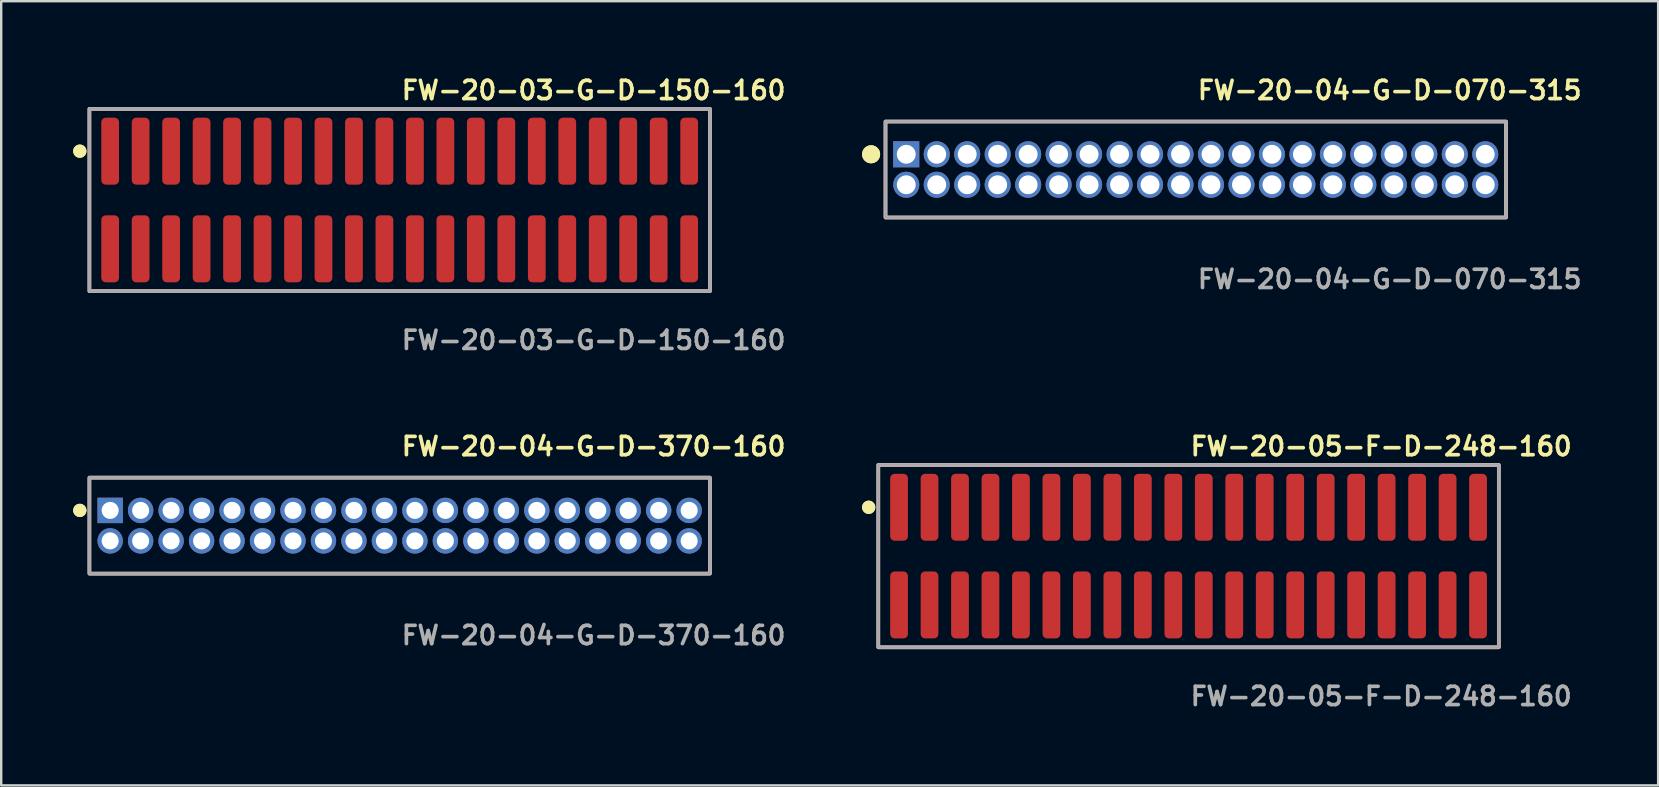
<source format=kicad_pcb>
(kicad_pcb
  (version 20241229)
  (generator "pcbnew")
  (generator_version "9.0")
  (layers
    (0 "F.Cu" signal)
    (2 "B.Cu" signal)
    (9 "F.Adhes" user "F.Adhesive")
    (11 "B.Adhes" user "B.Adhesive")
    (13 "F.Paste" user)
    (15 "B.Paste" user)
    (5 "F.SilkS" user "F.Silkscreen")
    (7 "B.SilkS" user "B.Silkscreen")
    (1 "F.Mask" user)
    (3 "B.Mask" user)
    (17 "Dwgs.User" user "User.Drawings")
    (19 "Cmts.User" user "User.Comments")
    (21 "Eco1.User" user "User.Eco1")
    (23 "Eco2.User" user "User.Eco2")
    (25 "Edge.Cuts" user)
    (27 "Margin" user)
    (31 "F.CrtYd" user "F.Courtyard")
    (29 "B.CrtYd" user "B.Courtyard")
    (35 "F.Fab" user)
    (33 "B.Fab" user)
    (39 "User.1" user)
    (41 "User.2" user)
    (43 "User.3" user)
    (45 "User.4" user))
  (footprint "FW-20-04-G-D-070-315"
    (layer "F.Cu")
    (at 46.783 4.015)
    (property "Reference" "FW-20-04-G-D-070-315" (at 0 -3.302 0) (unlocked yes) (layer "F.SilkS") (effects (font (size 0.762 0.762) (thickness 0.152)) (justify left)))
    (fp_rect (start -12.93 2) (end 12.93 -2) (stroke (width 0.152) (type solid)) (fill no) (layer "F.SilkS"))
    (fp_circle (center -13.53 -0.635) (end -13.83 -0.635) (stroke (width 0.152) (type solid)) (fill yes) (layer "F.SilkS"))
    (fp_circle (center -13.53 -0.635) (end -13.83 -0.635) (stroke (width 0.152) (type solid)) (fill yes) (layer "F.SilkS"))
    (fp_rect (start -12.93 2) (end 12.93 -2) (stroke (width 0.006) (type solid)) (fill no) (layer "F.CrtYd"))
    (fp_rect (start -12.93 2) (end 12.93 -2) (stroke (width 0.152) (type solid)) (fill no) (layer "F.Fab"))
    (fp_text user "${REFERENCE}" (at 0 4.572 0) (unlocked yes) (layer "F.Fab") (effects (font (size 0.762 0.762) (thickness 0.152)) (justify left)))
    (pad "1" thru_hole rect (at -12.065 -0.635) (size 1.087 1.087) (drill 0.787) (layers "*.Cu" "*.Mask"))
    (pad "2" thru_hole circle (at -12.065 0.635) (size 1.087 1.087) (drill 0.787) (layers "*.Cu" "*.Mask"))
    (pad "3" thru_hole circle (at -10.795 -0.635) (size 1.087 1.087) (drill 0.787) (layers "*.Cu" "*.Mask"))
    (pad "4" thru_hole circle (at -10.795 0.635) (size 1.087 1.087) (drill 0.787) (layers "*.Cu" "*.Mask"))
    (pad "5" thru_hole circle (at -9.525 -0.635) (size 1.087 1.087) (drill 0.787) (layers "*.Cu" "*.Mask"))
    (pad "6" thru_hole circle (at -9.525 0.635) (size 1.087 1.087) (drill 0.787) (layers "*.Cu" "*.Mask"))
    (pad "7" thru_hole circle (at -8.255 -0.635) (size 1.087 1.087) (drill 0.787) (layers "*.Cu" "*.Mask"))
    (pad "8" thru_hole circle (at -8.255 0.635) (size 1.087 1.087) (drill 0.787) (layers "*.Cu" "*.Mask"))
    (pad "9" thru_hole circle (at -6.985 -0.635) (size 1.087 1.087) (drill 0.787) (layers "*.Cu" "*.Mask"))
    (pad "10" thru_hole circle (at -6.985 0.635) (size 1.087 1.087) (drill 0.787) (layers "*.Cu" "*.Mask"))
    (pad "11" thru_hole circle (at -5.715 -0.635) (size 1.087 1.087) (drill 0.787) (layers "*.Cu" "*.Mask"))
    (pad "12" thru_hole circle (at -5.715 0.635) (size 1.087 1.087) (drill 0.787) (layers "*.Cu" "*.Mask"))
    (pad "13" thru_hole circle (at -4.445 -0.635) (size 1.087 1.087) (drill 0.787) (layers "*.Cu" "*.Mask"))
    (pad "14" thru_hole circle (at -4.445 0.635) (size 1.087 1.087) (drill 0.787) (layers "*.Cu" "*.Mask"))
    (pad "15" thru_hole circle (at -3.175 -0.635) (size 1.087 1.087) (drill 0.787) (layers "*.Cu" "*.Mask"))
    (pad "16" thru_hole circle (at -3.175 0.635) (size 1.087 1.087) (drill 0.787) (layers "*.Cu" "*.Mask"))
    (pad "17" thru_hole circle (at -1.905 -0.635) (size 1.087 1.087) (drill 0.787) (layers "*.Cu" "*.Mask"))
    (pad "18" thru_hole circle (at -1.905 0.635) (size 1.087 1.087) (drill 0.787) (layers "*.Cu" "*.Mask"))
    (pad "19" thru_hole circle (at -0.635 -0.635) (size 1.087 1.087) (drill 0.787) (layers "*.Cu" "*.Mask"))
    (pad "20" thru_hole circle (at -0.635 0.635) (size 1.087 1.087) (drill 0.787) (layers "*.Cu" "*.Mask"))
    (pad "21" thru_hole circle (at 0.635 -0.635) (size 1.087 1.087) (drill 0.787) (layers "*.Cu" "*.Mask"))
    (pad "22" thru_hole circle (at 0.635 0.635) (size 1.087 1.087) (drill 0.787) (layers "*.Cu" "*.Mask"))
    (pad "23" thru_hole circle (at 1.905 -0.635) (size 1.087 1.087) (drill 0.787) (layers "*.Cu" "*.Mask"))
    (pad "24" thru_hole circle (at 1.905 0.635) (size 1.087 1.087) (drill 0.787) (layers "*.Cu" "*.Mask"))
    (pad "25" thru_hole circle (at 3.175 -0.635) (size 1.087 1.087) (drill 0.787) (layers "*.Cu" "*.Mask"))
    (pad "26" thru_hole circle (at 3.175 0.635) (size 1.087 1.087) (drill 0.787) (layers "*.Cu" "*.Mask"))
    (pad "27" thru_hole circle (at 4.445 -0.635) (size 1.087 1.087) (drill 0.787) (layers "*.Cu" "*.Mask"))
    (pad "28" thru_hole circle (at 4.445 0.635) (size 1.087 1.087) (drill 0.787) (layers "*.Cu" "*.Mask"))
    (pad "29" thru_hole circle (at 5.715 -0.635) (size 1.087 1.087) (drill 0.787) (layers "*.Cu" "*.Mask"))
    (pad "30" thru_hole circle (at 5.715 0.635) (size 1.087 1.087) (drill 0.787) (layers "*.Cu" "*.Mask"))
    (pad "31" thru_hole circle (at 6.985 -0.635) (size 1.087 1.087) (drill 0.787) (layers "*.Cu" "*.Mask"))
    (pad "32" thru_hole circle (at 6.985 0.635) (size 1.087 1.087) (drill 0.787) (layers "*.Cu" "*.Mask"))
    (pad "33" thru_hole circle (at 8.255 -0.635) (size 1.087 1.087) (drill 0.787) (layers "*.Cu" "*.Mask"))
    (pad "34" thru_hole circle (at 8.255 0.635) (size 1.087 1.087) (drill 0.787) (layers "*.Cu" "*.Mask"))
    (pad "35" thru_hole circle (at 9.525 -0.635) (size 1.087 1.087) (drill 0.787) (layers "*.Cu" "*.Mask"))
    (pad "36" thru_hole circle (at 9.525 0.635) (size 1.087 1.087) (drill 0.787) (layers "*.Cu" "*.Mask"))
    (pad "37" thru_hole circle (at 10.795 -0.635) (size 1.087 1.087) (drill 0.787) (layers "*.Cu" "*.Mask"))
    (pad "38" thru_hole circle (at 10.795 0.635) (size 1.087 1.087) (drill 0.787) (layers "*.Cu" "*.Mask"))
    (pad "39" thru_hole circle (at 12.065 -0.635) (size 1.087 1.087) (drill 0.787) (layers "*.Cu" "*.Mask"))
    (pad "40" thru_hole circle (at 12.065 0.635) (size 1.087 1.087) (drill 0.787) (layers "*.Cu" "*.Mask")))
  (footprint "FW-20-04-G-D-370-160"
    (layer "F.Cu")
    (at 13.606 18.856)
    (property "Reference" "FW-20-04-G-D-370-160" (at 0 -3.302 0) (unlocked yes) (layer "F.SilkS") (effects (font (size 0.762 0.762) (thickness 0.152)) (justify left)))
    (fp_rect (start -12.93 2) (end 12.93 -2) (stroke (width 0.152) (type solid)) (fill no) (layer "F.SilkS"))
    (fp_circle (center -13.33 -0.635) (end -13.53 -0.635) (stroke (width 0.152) (type solid)) (fill yes) (layer "F.SilkS"))
    (fp_circle (center -13.33 -0.635) (end -13.53 -0.635) (stroke (width 0.152) (type solid)) (fill yes) (layer "F.SilkS"))
    (fp_rect (start -12.93 2) (end 12.93 -2) (stroke (width 0.006) (type solid)) (fill no) (layer "F.CrtYd"))
    (fp_rect (start -12.93 2) (end 12.93 -2) (stroke (width 0.152) (type solid)) (fill no) (layer "F.Fab"))
    (fp_text user "${REFERENCE}" (at 0 4.572 0) (unlocked yes) (layer "F.Fab") (effects (font (size 0.762 0.762) (thickness 0.152)) (justify left)))
    (pad "1" thru_hole rect (at -12.065 -0.635) (size 1.06 1.06) (drill 0.71) (layers "*.Cu" "*.Mask"))
    (pad "2" thru_hole circle (at -12.065 0.635) (size 1.06 1.06) (drill 0.71) (layers "*.Cu" "*.Mask"))
    (pad "3" thru_hole circle (at -10.795 -0.635) (size 1.06 1.06) (drill 0.71) (layers "*.Cu" "*.Mask"))
    (pad "4" thru_hole circle (at -10.795 0.635) (size 1.06 1.06) (drill 0.71) (layers "*.Cu" "*.Mask"))
    (pad "5" thru_hole circle (at -9.525 -0.635) (size 1.06 1.06) (drill 0.71) (layers "*.Cu" "*.Mask"))
    (pad "6" thru_hole circle (at -9.525 0.635) (size 1.06 1.06) (drill 0.71) (layers "*.Cu" "*.Mask"))
    (pad "7" thru_hole circle (at -8.255 -0.635) (size 1.06 1.06) (drill 0.71) (layers "*.Cu" "*.Mask"))
    (pad "8" thru_hole circle (at -8.255 0.635) (size 1.06 1.06) (drill 0.71) (layers "*.Cu" "*.Mask"))
    (pad "9" thru_hole circle (at -6.985 -0.635) (size 1.06 1.06) (drill 0.71) (layers "*.Cu" "*.Mask"))
    (pad "10" thru_hole circle (at -6.985 0.635) (size 1.06 1.06) (drill 0.71) (layers "*.Cu" "*.Mask"))
    (pad "11" thru_hole circle (at -5.715 -0.635) (size 1.06 1.06) (drill 0.71) (layers "*.Cu" "*.Mask"))
    (pad "12" thru_hole circle (at -5.715 0.635) (size 1.06 1.06) (drill 0.71) (layers "*.Cu" "*.Mask"))
    (pad "13" thru_hole circle (at -4.445 -0.635) (size 1.06 1.06) (drill 0.71) (layers "*.Cu" "*.Mask"))
    (pad "14" thru_hole circle (at -4.445 0.635) (size 1.06 1.06) (drill 0.71) (layers "*.Cu" "*.Mask"))
    (pad "15" thru_hole circle (at -3.175 -0.635) (size 1.06 1.06) (drill 0.71) (layers "*.Cu" "*.Mask"))
    (pad "16" thru_hole circle (at -3.175 0.635) (size 1.06 1.06) (drill 0.71) (layers "*.Cu" "*.Mask"))
    (pad "17" thru_hole circle (at -1.905 -0.635) (size 1.06 1.06) (drill 0.71) (layers "*.Cu" "*.Mask"))
    (pad "18" thru_hole circle (at -1.905 0.635) (size 1.06 1.06) (drill 0.71) (layers "*.Cu" "*.Mask"))
    (pad "19" thru_hole circle (at -0.635 -0.635) (size 1.06 1.06) (drill 0.71) (layers "*.Cu" "*.Mask"))
    (pad "20" thru_hole circle (at -0.635 0.635) (size 1.06 1.06) (drill 0.71) (layers "*.Cu" "*.Mask"))
    (pad "21" thru_hole circle (at 0.635 -0.635) (size 1.06 1.06) (drill 0.71) (layers "*.Cu" "*.Mask"))
    (pad "22" thru_hole circle (at 0.635 0.635) (size 1.06 1.06) (drill 0.71) (layers "*.Cu" "*.Mask"))
    (pad "23" thru_hole circle (at 1.905 -0.635) (size 1.06 1.06) (drill 0.71) (layers "*.Cu" "*.Mask"))
    (pad "24" thru_hole circle (at 1.905 0.635) (size 1.06 1.06) (drill 0.71) (layers "*.Cu" "*.Mask"))
    (pad "25" thru_hole circle (at 3.175 -0.635) (size 1.06 1.06) (drill 0.71) (layers "*.Cu" "*.Mask"))
    (pad "26" thru_hole circle (at 3.175 0.635) (size 1.06 1.06) (drill 0.71) (layers "*.Cu" "*.Mask"))
    (pad "27" thru_hole circle (at 4.445 -0.635) (size 1.06 1.06) (drill 0.71) (layers "*.Cu" "*.Mask"))
    (pad "28" thru_hole circle (at 4.445 0.635) (size 1.06 1.06) (drill 0.71) (layers "*.Cu" "*.Mask"))
    (pad "29" thru_hole circle (at 5.715 -0.635) (size 1.06 1.06) (drill 0.71) (layers "*.Cu" "*.Mask"))
    (pad "30" thru_hole circle (at 5.715 0.635) (size 1.06 1.06) (drill 0.71) (layers "*.Cu" "*.Mask"))
    (pad "31" thru_hole circle (at 6.985 -0.635) (size 1.06 1.06) (drill 0.71) (layers "*.Cu" "*.Mask"))
    (pad "32" thru_hole circle (at 6.985 0.635) (size 1.06 1.06) (drill 0.71) (layers "*.Cu" "*.Mask"))
    (pad "33" thru_hole circle (at 8.255 -0.635) (size 1.06 1.06) (drill 0.71) (layers "*.Cu" "*.Mask"))
    (pad "34" thru_hole circle (at 8.255 0.635) (size 1.06 1.06) (drill 0.71) (layers "*.Cu" "*.Mask"))
    (pad "35" thru_hole circle (at 9.525 -0.635) (size 1.06 1.06) (drill 0.71) (layers "*.Cu" "*.Mask"))
    (pad "36" thru_hole circle (at 9.525 0.635) (size 1.06 1.06) (drill 0.71) (layers "*.Cu" "*.Mask"))
    (pad "37" thru_hole circle (at 10.795 -0.635) (size 1.06 1.06) (drill 0.71) (layers "*.Cu" "*.Mask"))
    (pad "38" thru_hole circle (at 10.795 0.635) (size 1.06 1.06) (drill 0.71) (layers "*.Cu" "*.Mask"))
    (pad "39" thru_hole circle (at 12.065 -0.635) (size 1.06 1.06) (drill 0.71) (layers "*.Cu" "*.Mask"))
    (pad "40" thru_hole circle (at 12.065 0.635) (size 1.06 1.06) (drill 0.71) (layers "*.Cu" "*.Mask")))
  (footprint "FW-20-03-G-D-150-160"
    (layer "F.Cu")
    (at 13.606 5.285)
    (property "Reference" "FW-20-03-G-D-150-160" (at 0 -4.572 0) (unlocked yes) (layer "F.SilkS") (effects (font (size 0.762 0.762) (thickness 0.152)) (justify left)))
    (fp_rect (start -12.93 3.8) (end 12.93 -3.8) (stroke (width 0.152) (type solid)) (fill no) (layer "F.SilkS"))
    (fp_circle (center -13.33 -2.035) (end -13.53 -2.035) (stroke (width 0.152) (type solid)) (fill yes) (layer "F.SilkS"))
    (fp_circle (center -13.33 -2.035) (end -13.53 -2.035) (stroke (width 0.152) (type solid)) (fill yes) (layer "F.SilkS"))
    (fp_rect (start -12.93 3.8) (end 12.93 -3.8) (stroke (width 0.006) (type solid)) (fill no) (layer "F.CrtYd"))
    (fp_rect (start -12.93 3.8) (end 12.93 -3.8) (stroke (width 0.152) (type solid)) (fill no) (layer "F.Fab"))
    (fp_text user "${REFERENCE}" (at 0 5.842 0) (unlocked yes) (layer "F.Fab") (effects (font (size 0.762 0.762) (thickness 0.152)) (justify left)))
    (pad "1" smd roundrect (at -12.065 -2.035) (size 0.74 2.79) (layers "F.Cu" "F.Paste") (roundrect_rratio 0.25))
    (pad "2" smd roundrect (at -12.065 2.035) (size 0.74 2.79) (layers "F.Cu" "F.Paste") (roundrect_rratio 0.25))
    (pad "3" smd roundrect (at -10.795 -2.035) (size 0.74 2.79) (layers "F.Cu" "F.Paste") (roundrect_rratio 0.25))
    (pad "4" smd roundrect (at -10.795 2.035) (size 0.74 2.79) (layers "F.Cu" "F.Paste") (roundrect_rratio 0.25))
    (pad "5" smd roundrect (at -9.525 -2.035) (size 0.74 2.79) (layers "F.Cu" "F.Paste") (roundrect_rratio 0.25))
    (pad "6" smd roundrect (at -9.525 2.035) (size 0.74 2.79) (layers "F.Cu" "F.Paste") (roundrect_rratio 0.25))
    (pad "7" smd roundrect (at -8.255 -2.035) (size 0.74 2.79) (layers "F.Cu" "F.Paste") (roundrect_rratio 0.25))
    (pad "8" smd roundrect (at -8.255 2.035) (size 0.74 2.79) (layers "F.Cu" "F.Paste") (roundrect_rratio 0.25))
    (pad "9" smd roundrect (at -6.985 -2.035) (size 0.74 2.79) (layers "F.Cu" "F.Paste") (roundrect_rratio 0.25))
    (pad "10" smd roundrect (at -6.985 2.035) (size 0.74 2.79) (layers "F.Cu" "F.Paste") (roundrect_rratio 0.25))
    (pad "11" smd roundrect (at -5.715 -2.035) (size 0.74 2.79) (layers "F.Cu" "F.Paste") (roundrect_rratio 0.25))
    (pad "12" smd roundrect (at -5.715 2.035) (size 0.74 2.79) (layers "F.Cu" "F.Paste") (roundrect_rratio 0.25))
    (pad "13" smd roundrect (at -4.445 -2.035) (size 0.74 2.79) (layers "F.Cu" "F.Paste") (roundrect_rratio 0.25))
    (pad "14" smd roundrect (at -4.445 2.035) (size 0.74 2.79) (layers "F.Cu" "F.Paste") (roundrect_rratio 0.25))
    (pad "15" smd roundrect (at -3.175 -2.035) (size 0.74 2.79) (layers "F.Cu" "F.Paste") (roundrect_rratio 0.25))
    (pad "16" smd roundrect (at -3.175 2.035) (size 0.74 2.79) (layers "F.Cu" "F.Paste") (roundrect_rratio 0.25))
    (pad "17" smd roundrect (at -1.905 -2.035) (size 0.74 2.79) (layers "F.Cu" "F.Paste") (roundrect_rratio 0.25))
    (pad "18" smd roundrect (at -1.905 2.035) (size 0.74 2.79) (layers "F.Cu" "F.Paste") (roundrect_rratio 0.25))
    (pad "19" smd roundrect (at -0.635 -2.035) (size 0.74 2.79) (layers "F.Cu" "F.Paste") (roundrect_rratio 0.25))
    (pad "20" smd roundrect (at -0.635 2.035) (size 0.74 2.79) (layers "F.Cu" "F.Paste") (roundrect_rratio 0.25))
    (pad "21" smd roundrect (at 0.635 -2.035) (size 0.74 2.79) (layers "F.Cu" "F.Paste") (roundrect_rratio 0.25))
    (pad "22" smd roundrect (at 0.635 2.035) (size 0.74 2.79) (layers "F.Cu" "F.Paste") (roundrect_rratio 0.25))
    (pad "23" smd roundrect (at 1.905 -2.035) (size 0.74 2.79) (layers "F.Cu" "F.Paste") (roundrect_rratio 0.25))
    (pad "24" smd roundrect (at 1.905 2.035) (size 0.74 2.79) (layers "F.Cu" "F.Paste") (roundrect_rratio 0.25))
    (pad "25" smd roundrect (at 3.175 -2.035) (size 0.74 2.79) (layers "F.Cu" "F.Paste") (roundrect_rratio 0.25))
    (pad "26" smd roundrect (at 3.175 2.035) (size 0.74 2.79) (layers "F.Cu" "F.Paste") (roundrect_rratio 0.25))
    (pad "27" smd roundrect (at 4.445 -2.035) (size 0.74 2.79) (layers "F.Cu" "F.Paste") (roundrect_rratio 0.25))
    (pad "28" smd roundrect (at 4.445 2.035) (size 0.74 2.79) (layers "F.Cu" "F.Paste") (roundrect_rratio 0.25))
    (pad "29" smd roundrect (at 5.715 -2.035) (size 0.74 2.79) (layers "F.Cu" "F.Paste") (roundrect_rratio 0.25))
    (pad "30" smd roundrect (at 5.715 2.035) (size 0.74 2.79) (layers "F.Cu" "F.Paste") (roundrect_rratio 0.25))
    (pad "31" smd roundrect (at 6.985 -2.035) (size 0.74 2.79) (layers "F.Cu" "F.Paste") (roundrect_rratio 0.25))
    (pad "32" smd roundrect (at 6.985 2.035) (size 0.74 2.79) (layers "F.Cu" "F.Paste") (roundrect_rratio 0.25))
    (pad "33" smd roundrect (at 8.255 -2.035) (size 0.74 2.79) (layers "F.Cu" "F.Paste") (roundrect_rratio 0.25))
    (pad "34" smd roundrect (at 8.255 2.035) (size 0.74 2.79) (layers "F.Cu" "F.Paste") (roundrect_rratio 0.25))
    (pad "35" smd roundrect (at 9.525 -2.035) (size 0.74 2.79) (layers "F.Cu" "F.Paste") (roundrect_rratio 0.25))
    (pad "36" smd roundrect (at 9.525 2.035) (size 0.74 2.79) (layers "F.Cu" "F.Paste") (roundrect_rratio 0.25))
    (pad "37" smd roundrect (at 10.795 -2.035) (size 0.74 2.79) (layers "F.Cu" "F.Paste") (roundrect_rratio 0.25))
    (pad "38" smd roundrect (at 10.795 2.035) (size 0.74 2.79) (layers "F.Cu" "F.Paste") (roundrect_rratio 0.25))
    (pad "39" smd roundrect (at 12.065 -2.035) (size 0.74 2.79) (layers "F.Cu" "F.Paste") (roundrect_rratio 0.25))
    (pad "40" smd roundrect (at 12.065 2.035) (size 0.74 2.79) (layers "F.Cu" "F.Paste") (roundrect_rratio 0.25)))
  (footprint "FW-20-05-F-D-248-160"
    (layer "F.Cu")
    (at 46.483 20.126)
    (property "Reference" "FW-20-05-F-D-248-160" (at 0 -4.572 0) (unlocked yes) (layer "F.SilkS") (effects (font (size 0.762 0.762) (thickness 0.152)) (justify left)))
    (fp_rect (start -12.93 3.8) (end 12.93 -3.8) (stroke (width 0.152) (type solid)) (fill no) (layer "F.SilkS"))
    (fp_circle (center -13.33 -2.035) (end -13.53 -2.035) (stroke (width 0.152) (type solid)) (fill yes) (layer "F.SilkS"))
    (fp_circle (center -13.33 -2.035) (end -13.53 -2.035) (stroke (width 0.152) (type solid)) (fill yes) (layer "F.SilkS"))
    (fp_rect (start -12.93 3.8) (end 12.93 -3.8) (stroke (width 0.006) (type solid)) (fill no) (layer "F.CrtYd"))
    (fp_rect (start -12.93 3.8) (end 12.93 -3.8) (stroke (width 0.152) (type solid)) (fill no) (layer "F.Fab"))
    (fp_text user "${REFERENCE}" (at 0 5.842 0) (unlocked yes) (layer "F.Fab") (effects (font (size 0.762 0.762) (thickness 0.152)) (justify left)))
    (pad "1" smd roundrect (at -12.065 -2.035) (size 0.74 2.79) (layers "F.Cu" "F.Paste") (roundrect_rratio 0.25))
    (pad "2" smd roundrect (at -12.065 2.035) (size 0.74 2.79) (layers "F.Cu" "F.Paste") (roundrect_rratio 0.25))
    (pad "3" smd roundrect (at -10.795 -2.035) (size 0.74 2.79) (layers "F.Cu" "F.Paste") (roundrect_rratio 0.25))
    (pad "4" smd roundrect (at -10.795 2.035) (size 0.74 2.79) (layers "F.Cu" "F.Paste") (roundrect_rratio 0.25))
    (pad "5" smd roundrect (at -9.525 -2.035) (size 0.74 2.79) (layers "F.Cu" "F.Paste") (roundrect_rratio 0.25))
    (pad "6" smd roundrect (at -9.525 2.035) (size 0.74 2.79) (layers "F.Cu" "F.Paste") (roundrect_rratio 0.25))
    (pad "7" smd roundrect (at -8.255 -2.035) (size 0.74 2.79) (layers "F.Cu" "F.Paste") (roundrect_rratio 0.25))
    (pad "8" smd roundrect (at -8.255 2.035) (size 0.74 2.79) (layers "F.Cu" "F.Paste") (roundrect_rratio 0.25))
    (pad "9" smd roundrect (at -6.985 -2.035) (size 0.74 2.79) (layers "F.Cu" "F.Paste") (roundrect_rratio 0.25))
    (pad "10" smd roundrect (at -6.985 2.035) (size 0.74 2.79) (layers "F.Cu" "F.Paste") (roundrect_rratio 0.25))
    (pad "11" smd roundrect (at -5.715 -2.035) (size 0.74 2.79) (layers "F.Cu" "F.Paste") (roundrect_rratio 0.25))
    (pad "12" smd roundrect (at -5.715 2.035) (size 0.74 2.79) (layers "F.Cu" "F.Paste") (roundrect_rratio 0.25))
    (pad "13" smd roundrect (at -4.445 -2.035) (size 0.74 2.79) (layers "F.Cu" "F.Paste") (roundrect_rratio 0.25))
    (pad "14" smd roundrect (at -4.445 2.035) (size 0.74 2.79) (layers "F.Cu" "F.Paste") (roundrect_rratio 0.25))
    (pad "15" smd roundrect (at -3.175 -2.035) (size 0.74 2.79) (layers "F.Cu" "F.Paste") (roundrect_rratio 0.25))
    (pad "16" smd roundrect (at -3.175 2.035) (size 0.74 2.79) (layers "F.Cu" "F.Paste") (roundrect_rratio 0.25))
    (pad "17" smd roundrect (at -1.905 -2.035) (size 0.74 2.79) (layers "F.Cu" "F.Paste") (roundrect_rratio 0.25))
    (pad "18" smd roundrect (at -1.905 2.035) (size 0.74 2.79) (layers "F.Cu" "F.Paste") (roundrect_rratio 0.25))
    (pad "19" smd roundrect (at -0.635 -2.035) (size 0.74 2.79) (layers "F.Cu" "F.Paste") (roundrect_rratio 0.25))
    (pad "20" smd roundrect (at -0.635 2.035) (size 0.74 2.79) (layers "F.Cu" "F.Paste") (roundrect_rratio 0.25))
    (pad "21" smd roundrect (at 0.635 -2.035) (size 0.74 2.79) (layers "F.Cu" "F.Paste") (roundrect_rratio 0.25))
    (pad "22" smd roundrect (at 0.635 2.035) (size 0.74 2.79) (layers "F.Cu" "F.Paste") (roundrect_rratio 0.25))
    (pad "23" smd roundrect (at 1.905 -2.035) (size 0.74 2.79) (layers "F.Cu" "F.Paste") (roundrect_rratio 0.25))
    (pad "24" smd roundrect (at 1.905 2.035) (size 0.74 2.79) (layers "F.Cu" "F.Paste") (roundrect_rratio 0.25))
    (pad "25" smd roundrect (at 3.175 -2.035) (size 0.74 2.79) (layers "F.Cu" "F.Paste") (roundrect_rratio 0.25))
    (pad "26" smd roundrect (at 3.175 2.035) (size 0.74 2.79) (layers "F.Cu" "F.Paste") (roundrect_rratio 0.25))
    (pad "27" smd roundrect (at 4.445 -2.035) (size 0.74 2.79) (layers "F.Cu" "F.Paste") (roundrect_rratio 0.25))
    (pad "28" smd roundrect (at 4.445 2.035) (size 0.74 2.79) (layers "F.Cu" "F.Paste") (roundrect_rratio 0.25))
    (pad "29" smd roundrect (at 5.715 -2.035) (size 0.74 2.79) (layers "F.Cu" "F.Paste") (roundrect_rratio 0.25))
    (pad "30" smd roundrect (at 5.715 2.035) (size 0.74 2.79) (layers "F.Cu" "F.Paste") (roundrect_rratio 0.25))
    (pad "31" smd roundrect (at 6.985 -2.035) (size 0.74 2.79) (layers "F.Cu" "F.Paste") (roundrect_rratio 0.25))
    (pad "32" smd roundrect (at 6.985 2.035) (size 0.74 2.79) (layers "F.Cu" "F.Paste") (roundrect_rratio 0.25))
    (pad "33" smd roundrect (at 8.255 -2.035) (size 0.74 2.79) (layers "F.Cu" "F.Paste") (roundrect_rratio 0.25))
    (pad "34" smd roundrect (at 8.255 2.035) (size 0.74 2.79) (layers "F.Cu" "F.Paste") (roundrect_rratio 0.25))
    (pad "35" smd roundrect (at 9.525 -2.035) (size 0.74 2.79) (layers "F.Cu" "F.Paste") (roundrect_rratio 0.25))
    (pad "36" smd roundrect (at 9.525 2.035) (size 0.74 2.79) (layers "F.Cu" "F.Paste") (roundrect_rratio 0.25))
    (pad "37" smd roundrect (at 10.795 -2.035) (size 0.74 2.79) (layers "F.Cu" "F.Paste") (roundrect_rratio 0.25))
    (pad "38" smd roundrect (at 10.795 2.035) (size 0.74 2.79) (layers "F.Cu" "F.Paste") (roundrect_rratio 0.25))
    (pad "39" smd roundrect (at 12.065 -2.035) (size 0.74 2.79) (layers "F.Cu" "F.Paste") (roundrect_rratio 0.25))
    (pad "40" smd roundrect (at 12.065 2.035) (size 0.74 2.79) (layers "F.Cu" "F.Paste") (roundrect_rratio 0.25)))
  (gr_rect
    (start -3 -3)
    (end 66.053 29.681)
    (stroke (width 0.1) (type default))
    (fill no)
    (layer "Edge.Cuts")))
</source>
